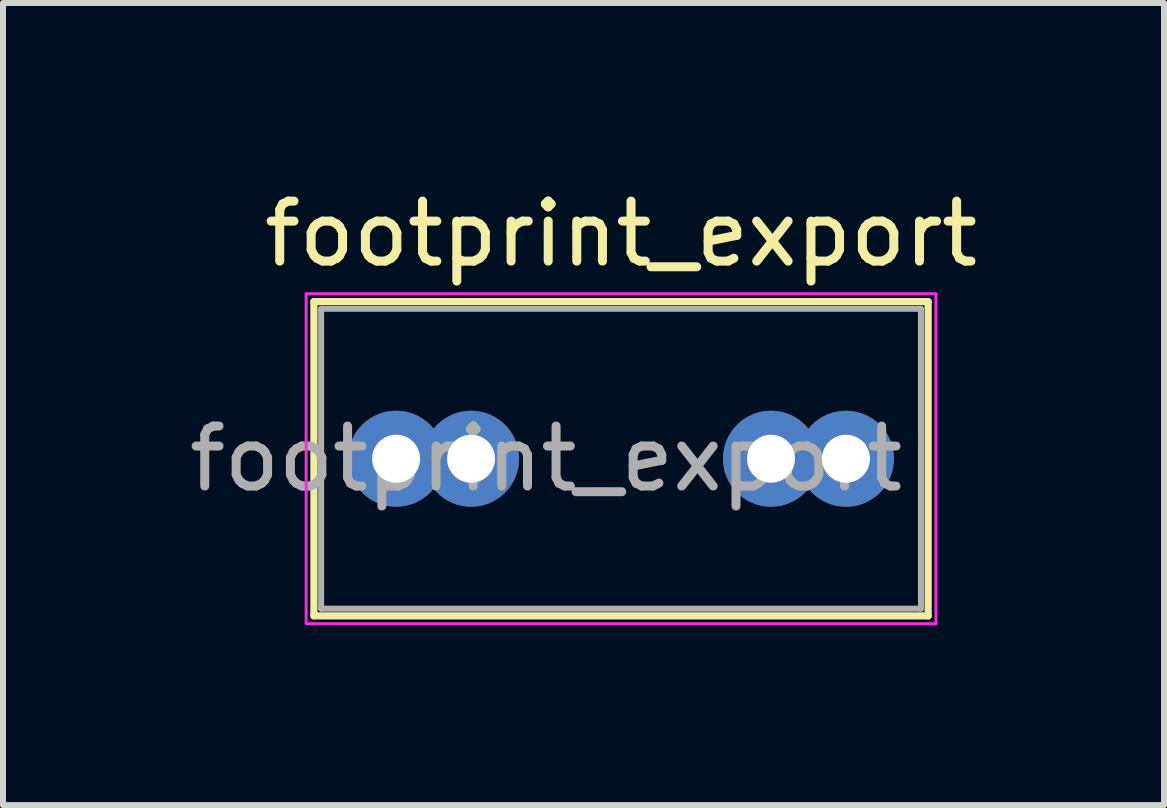
<source format=kicad_pcb>
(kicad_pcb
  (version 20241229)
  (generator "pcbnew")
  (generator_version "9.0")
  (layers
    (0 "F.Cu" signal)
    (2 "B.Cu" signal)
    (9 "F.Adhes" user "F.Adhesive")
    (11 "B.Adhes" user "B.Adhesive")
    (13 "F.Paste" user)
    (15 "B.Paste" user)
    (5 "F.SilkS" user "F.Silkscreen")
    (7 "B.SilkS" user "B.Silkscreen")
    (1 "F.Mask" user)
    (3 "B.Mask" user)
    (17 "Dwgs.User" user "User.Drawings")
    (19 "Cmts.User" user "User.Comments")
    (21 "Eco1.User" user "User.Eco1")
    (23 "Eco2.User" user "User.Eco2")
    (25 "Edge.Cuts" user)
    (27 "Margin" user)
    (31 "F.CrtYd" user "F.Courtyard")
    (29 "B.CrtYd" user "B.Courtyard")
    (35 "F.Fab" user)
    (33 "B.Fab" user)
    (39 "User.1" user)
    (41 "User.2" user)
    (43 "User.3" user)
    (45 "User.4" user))
  (footprint "footprint_export"
    (layer "F.Cu")
    (at 3.554 4.598)
    (property "Reference" "footprint_export" (at 3.75 -3.75 0) (layer "F.SilkS") (effects (font (size 1 1) (thickness 0.15))))
    (attr through_hole)
    (fp_line (start -1.37 -2.62) (end -1.37 2.62) (stroke (width 0.12) (type solid)) (layer "F.SilkS"))
    (fp_line (start -1.37 -2.62) (end 8.87 -2.62) (stroke (width 0.12) (type solid)) (layer "F.SilkS"))
    (fp_line (start -1.37 2.62) (end 8.87 2.62) (stroke (width 0.12) (type solid)) (layer "F.SilkS"))
    (fp_line (start 8.87 -2.62) (end 8.87 2.62) (stroke (width 0.12) (type solid)) (layer "F.SilkS"))
    (fp_line (start -1.5 -2.75) (end -1.5 2.75) (stroke (width 0.05) (type solid)) (layer "F.CrtYd"))
    (fp_line (start -1.5 2.75) (end 9 2.75) (stroke (width 0.05) (type solid)) (layer "F.CrtYd"))
    (fp_line (start 9 -2.75) (end -1.5 -2.75) (stroke (width 0.05) (type solid)) (layer "F.CrtYd"))
    (fp_line (start 9 2.75) (end 9 -2.75) (stroke (width 0.05) (type solid)) (layer "F.CrtYd"))
    (fp_line (start -1.25 -2.5) (end -1.25 2.5) (stroke (width 0.1) (type solid)) (layer "F.Fab"))
    (fp_line (start -1.25 2.5) (end 8.75 2.5) (stroke (width 0.1) (type solid)) (layer "F.Fab"))
    (fp_line (start 8.75 -2.5) (end -1.25 -2.5) (stroke (width 0.1) (type solid)) (layer "F.Fab"))
    (fp_line (start 8.75 2.5) (end 8.75 -2.5) (stroke (width 0.1) (type solid)) (layer "F.Fab"))
    (fp_text user "${REFERENCE}" (at 2.5 0 0) (layer "F.Fab") (effects (font (size 1 1) (thickness 0.15))))
    (pad "1" thru_hole circle (at 0 0) (size 1.6 1.6) (drill 0.8) (layers "*.Cu" "*.Mask"))
    (pad "1" thru_hole circle (at 1.25 0) (size 1.6 1.6) (drill 0.8) (layers "*.Cu" "*.Mask"))
    (pad "2" thru_hole circle (at 6.25 0) (size 1.6 1.6) (drill 0.8) (layers "*.Cu" "*.Mask"))
    (pad "2" thru_hole circle (at 7.5 0) (size 1.6 1.6) (drill 0.8) (layers "*.Cu" "*.Mask")))
  (gr_rect
    (start -3 -3)
    (end 16.357 10.373)
    (stroke (width 0.1) (type default))
    (fill no)
    (layer "Edge.Cuts")))
</source>
